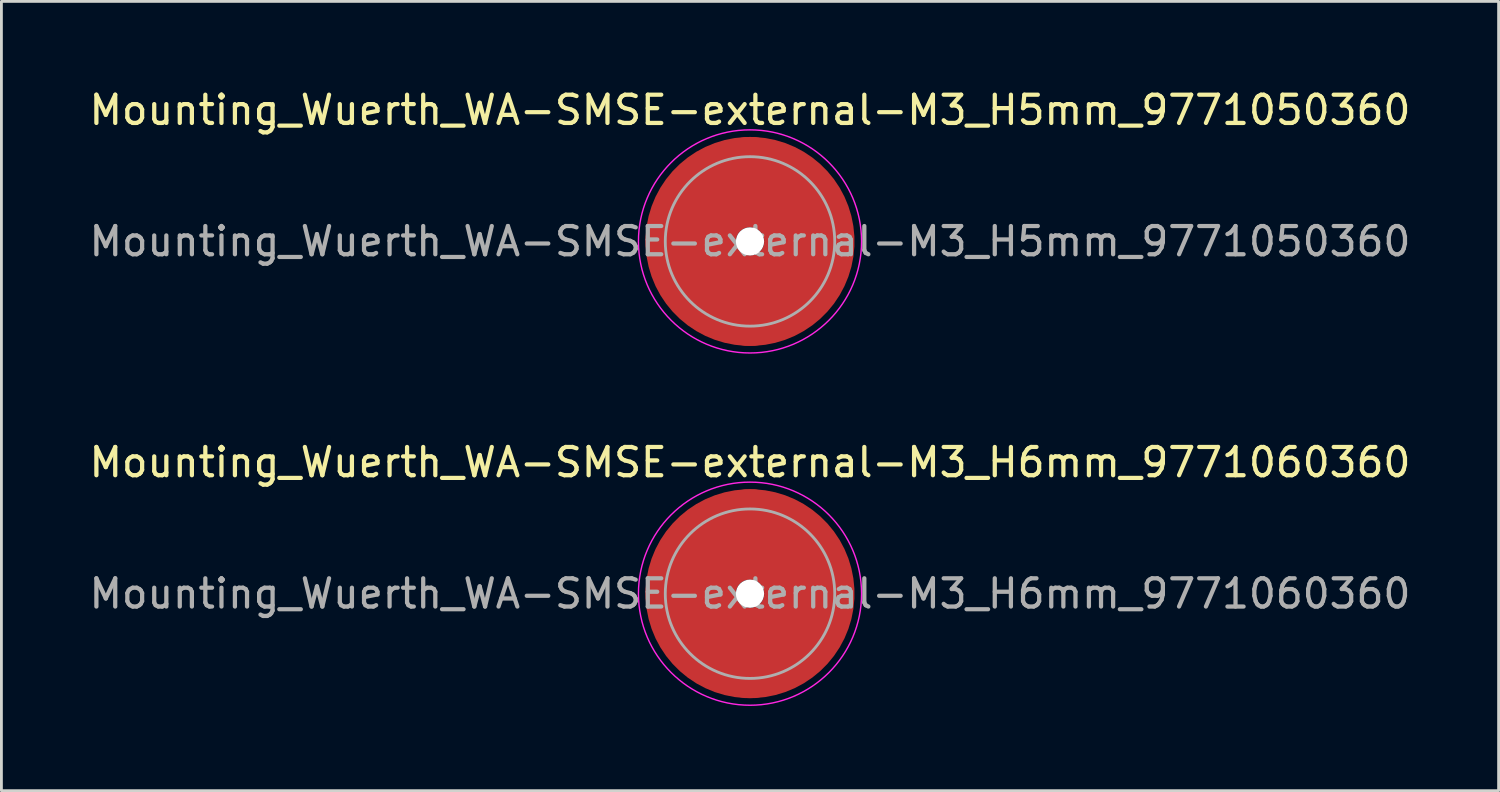
<source format=kicad_pcb>
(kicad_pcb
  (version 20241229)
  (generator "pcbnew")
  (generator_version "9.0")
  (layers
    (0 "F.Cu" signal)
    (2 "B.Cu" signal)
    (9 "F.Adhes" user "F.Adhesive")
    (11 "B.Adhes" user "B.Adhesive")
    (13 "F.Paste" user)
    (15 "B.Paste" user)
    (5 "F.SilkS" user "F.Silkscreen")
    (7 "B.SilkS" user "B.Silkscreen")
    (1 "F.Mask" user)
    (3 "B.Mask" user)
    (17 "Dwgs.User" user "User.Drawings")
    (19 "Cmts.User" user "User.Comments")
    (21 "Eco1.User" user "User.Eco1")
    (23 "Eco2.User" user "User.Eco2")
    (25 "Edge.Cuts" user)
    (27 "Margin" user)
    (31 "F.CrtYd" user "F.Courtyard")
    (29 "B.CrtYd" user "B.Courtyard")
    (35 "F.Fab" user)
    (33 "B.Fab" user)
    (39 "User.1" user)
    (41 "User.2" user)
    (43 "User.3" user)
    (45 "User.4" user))
  (footprint "Mounting_Wuerth_WA-SMSE-external-M3_H5mm_9771050360"
    (layer "F.Cu")
    (at 23.506 5.498)
    (property "Reference" "Mounting_Wuerth_WA-SMSE-external-M3_H5mm_9771050360" (at 0 -4.65 0) (layer "F.SilkS") (effects (font (size 1 1) (thickness 0.15))))
    (attr smd)
    (fp_circle (center 0 0) (end 3.95 0) (stroke (width 0.05) (type solid)) (fill no) (layer "F.CrtYd"))
    (fp_circle (center 0 0) (end 3 0) (stroke (width 0.1) (type solid)) (fill no) (layer "F.Fab"))
    (fp_text user "${REFERENCE}" (at 0 0 0) (layer "F.Fab") (effects (font (size 1 1) (thickness 0.15))))
    (pad "" smd custom (at 0 -2.1) (size 3 3) (layers "F.Paste") (options (anchor circle)) (primitives (gr_arc (start -0.305123 1.47) (mid 0 1.4) (end 0.305123 1.47) (width 0.2)) (gr_arc (start -0.493052 1.47) (mid 0 1.3) (end 0.493052 1.47) (width 0.2)) (gr_arc (start -0.642729 1.47) (mid 0 1.2) (end 0.642729 1.47) (width 0.2)) (gr_arc (start -0.776595 1.47) (mid 0 1.1) (end 0.776595 1.47) (width 0.2)) (gr_arc (start -0.901721 1.47) (mid 0 1) (end 0.901721 1.47) (width 0.2)) (gr_arc (start -1.021323 1.47) (mid 0 0.9) (end 1.021323 1.47) (width 0.2)) (gr_arc (start -1.137146 1.47) (mid 0 0.8) (end 1.137146 1.47) (width 0.2)) (gr_arc (start -1.25024 1.47) (mid 0 0.7) (end 1.25024 1.47) (width 0.2)) (gr_arc (start -1.361286 1.47) (mid 0 0.6) (end 1.361286 1.47) (width 0.2)) (gr_arc (start -1.470748 1.47) (mid 0 0.5) (end 1.470748 1.47) (width 0.2)) (gr_arc (start -1.578955 1.47) (mid 0 0.4) (end 1.578955 1.47) (width 0.2)) (gr_arc (start -1.686149 1.47) (mid 0 0.3) (end 1.686149 1.47) (width 0.2)) (gr_arc (start -1.792512 1.47) (mid 0 0.2) (end 1.792512 1.47) (width 0.2)) (gr_arc (start -1.898183 1.47) (mid 0 0.1) (end 1.898183 1.47) (width 0.2)) (gr_arc (start -2.003272 1.47) (mid 0 0) (end 2.003272 1.47) (width 0.2)) (gr_arc (start -2.107866 1.47) (mid 0 -0.1) (end 2.107866 1.47) (width 0.2)) (gr_arc (start -2.212035 1.47) (mid 0 -0.2) (end 2.212035 1.47) (width 0.2)) (gr_arc (start -2.315837 1.47) (mid 0 -0.3) (end 2.315837 1.47) (width 0.2)) (gr_arc (start -2.419318 1.47) (mid 0 -0.4) (end 2.419318 1.47) (width 0.2)) (gr_arc (start -2.522519 1.47) (mid 0 -0.5) (end 2.522519 1.47) (width 0.2)) (gr_arc (start -2.625471 1.47) (mid 0 -0.6) (end 2.625471 1.47) (width 0.2)) (gr_arc (start -2.728205 1.47) (mid 0 -0.7) (end 2.728205 1.47) (width 0.2)) (gr_arc (start -2.830742 1.47) (mid 0 -0.8) (end 2.830742 1.47) (width 0.2)) (gr_arc (start -2.933104 1.47) (mid 0 -0.9) (end 2.933104 1.47) (width 0.2)) (gr_arc (start -3.035309 1.47) (mid 0 -1) (end 3.035309 1.47) (width 0.2)) (gr_arc (start -3.137372 1.47) (mid 0 -1.1) (end 3.137372 1.47) (width 0.2)) (gr_arc (start -3.239305 1.47) (mid 0 -1.2) (end 3.239305 1.47) (width 0.2)) (gr_arc (start -3.341123 1.47) (mid 0 -1.3) (end 3.341123 1.47) (width 0.2)) (gr_arc (start -3.442833 1.47) (mid 0 -1.4) (end 3.442833 1.47) (width 0.2)) (gr_line (start 0.305 1.47) (end 3.443 1.47) (width 0.2)) (gr_line (start -0.305 1.47) (end -3.443 1.47) (width 0.2))))
    (pad "" np_thru_hole circle (at 0 0) (size 1 1) (drill 1) (layers "*.Cu" "*.Mask"))
    (pad "" smd custom (at 0 2.1) (size 3 3) (layers "F.Paste") (options (anchor circle)) (primitives (gr_arc (start 0.305123 -1.47) (mid 0 -1.4) (end -0.305123 -1.47) (width 0.2)) (gr_arc (start 0.493052 -1.47) (mid 0 -1.3) (end -0.493052 -1.47) (width 0.2)) (gr_arc (start 0.642729 -1.47) (mid 0 -1.2) (end -0.642729 -1.47) (width 0.2)) (gr_arc (start 0.776595 -1.47) (mid 0 -1.1) (end -0.776595 -1.47) (width 0.2)) (gr_arc (start 0.901721 -1.47) (mid 0 -1) (end -0.901721 -1.47) (width 0.2)) (gr_arc (start 1.021323 -1.47) (mid 0 -0.9) (end -1.021323 -1.47) (width 0.2)) (gr_arc (start 1.137146 -1.47) (mid 0 -0.8) (end -1.137146 -1.47) (width 0.2)) (gr_arc (start 1.25024 -1.47) (mid 0 -0.7) (end -1.25024 -1.47) (width 0.2)) (gr_arc (start 1.361286 -1.47) (mid 0 -0.6) (end -1.361286 -1.47) (width 0.2)) (gr_arc (start 1.470748 -1.47) (mid 0 -0.5) (end -1.470748 -1.47) (width 0.2)) (gr_arc (start 1.578955 -1.47) (mid 0 -0.4) (end -1.578955 -1.47) (width 0.2)) (gr_arc (start 1.686149 -1.47) (mid 0 -0.3) (end -1.686149 -1.47) (width 0.2)) (gr_arc (start 1.792512 -1.47) (mid 0 -0.2) (end -1.792512 -1.47) (width 0.2)) (gr_arc (start 1.898183 -1.47) (mid 0 -0.1) (end -1.898183 -1.47) (width 0.2)) (gr_arc (start 2.003272 -1.47) (mid 0 0) (end -2.003272 -1.47) (width 0.2)) (gr_arc (start 2.107866 -1.47) (mid 0 0.1) (end -2.107866 -1.47) (width 0.2)) (gr_arc (start 2.212035 -1.47) (mid 0 0.2) (end -2.212035 -1.47) (width 0.2)) (gr_arc (start 2.315837 -1.47) (mid 0 0.3) (end -2.315837 -1.47) (width 0.2)) (gr_arc (start 2.419318 -1.47) (mid 0 0.4) (end -2.419318 -1.47) (width 0.2)) (gr_arc (start 2.522519 -1.47) (mid 0 0.5) (end -2.522519 -1.47) (width 0.2)) (gr_arc (start 2.625471 -1.47) (mid 0 0.6) (end -2.625471 -1.47) (width 0.2)) (gr_arc (start 2.728205 -1.47) (mid 0 0.7) (end -2.728205 -1.47) (width 0.2)) (gr_arc (start 2.830742 -1.47) (mid 0 0.8) (end -2.830742 -1.47) (width 0.2)) (gr_arc (start 2.933104 -1.47) (mid 0 0.9) (end -2.933104 -1.47) (width 0.2)) (gr_arc (start 3.035309 -1.47) (mid 0 1) (end -3.035309 -1.47) (width 0.2)) (gr_arc (start 3.137372 -1.47) (mid 0 1.1) (end -3.137372 -1.47) (width 0.2)) (gr_arc (start 3.239305 -1.47) (mid 0 1.2) (end -3.239305 -1.47) (width 0.2)) (gr_arc (start 3.341123 -1.47) (mid 0 1.3) (end -3.341123 -1.47) (width 0.2)) (gr_arc (start 3.442833 -1.47) (mid 0 1.4) (end -3.442833 -1.47) (width 0.2)) (gr_line (start -0.305 -1.47) (end -3.443 -1.47) (width 0.2)) (gr_line (start 0.305 -1.47) (end 3.443 -1.47) (width 0.2))))
    (pad "1" smd circle (at -2.1 0) (size 3.2 3.2) (layers "F.Cu"))
    (pad "1" smd circle (at 0 -2.1) (size 3.2 3.2) (layers "F.Cu"))
    (pad "1" smd circle (at 0 2.1) (size 3.2 3.2) (layers "F.Cu"))
    (pad "1" smd custom (at 2.1 0) (size 3.2 3.2) (layers "F.Cu" "F.Mask") (options (anchor circle)) (primitives (gr_circle (center -2.1 0) (end 0 0) (width 3.2) (fill no)))))
  (footprint "Mounting_Wuerth_WA-SMSE-external-M3_H6mm_9771060360"
    (layer "F.Cu")
    (at 23.506 17.971)
    (property "Reference" "Mounting_Wuerth_WA-SMSE-external-M3_H6mm_9771060360" (at 0 -4.65 0) (layer "F.SilkS") (effects (font (size 1 1) (thickness 0.15))))
    (attr smd)
    (fp_circle (center 0 0) (end 3.95 0) (stroke (width 0.05) (type solid)) (fill no) (layer "F.CrtYd"))
    (fp_circle (center 0 0) (end 3 0) (stroke (width 0.1) (type solid)) (fill no) (layer "F.Fab"))
    (fp_text user "${REFERENCE}" (at 0 0 0) (layer "F.Fab") (effects (font (size 1 1) (thickness 0.15))))
    (pad "" smd custom (at 0 -2.1) (size 3 3) (layers "F.Paste") (options (anchor circle)) (primitives (gr_arc (start -0.305123 1.47) (mid 0 1.4) (end 0.305123 1.47) (width 0.2)) (gr_arc (start -0.493052 1.47) (mid 0 1.3) (end 0.493052 1.47) (width 0.2)) (gr_arc (start -0.642729 1.47) (mid 0 1.2) (end 0.642729 1.47) (width 0.2)) (gr_arc (start -0.776595 1.47) (mid 0 1.1) (end 0.776595 1.47) (width 0.2)) (gr_arc (start -0.901721 1.47) (mid 0 1) (end 0.901721 1.47) (width 0.2)) (gr_arc (start -1.021323 1.47) (mid 0 0.9) (end 1.021323 1.47) (width 0.2)) (gr_arc (start -1.137146 1.47) (mid 0 0.8) (end 1.137146 1.47) (width 0.2)) (gr_arc (start -1.25024 1.47) (mid 0 0.7) (end 1.25024 1.47) (width 0.2)) (gr_arc (start -1.361286 1.47) (mid 0 0.6) (end 1.361286 1.47) (width 0.2)) (gr_arc (start -1.470748 1.47) (mid 0 0.5) (end 1.470748 1.47) (width 0.2)) (gr_arc (start -1.578955 1.47) (mid 0 0.4) (end 1.578955 1.47) (width 0.2)) (gr_arc (start -1.686149 1.47) (mid 0 0.3) (end 1.686149 1.47) (width 0.2)) (gr_arc (start -1.792512 1.47) (mid 0 0.2) (end 1.792512 1.47) (width 0.2)) (gr_arc (start -1.898183 1.47) (mid 0 0.1) (end 1.898183 1.47) (width 0.2)) (gr_arc (start -2.003272 1.47) (mid 0 0) (end 2.003272 1.47) (width 0.2)) (gr_arc (start -2.107866 1.47) (mid 0 -0.1) (end 2.107866 1.47) (width 0.2)) (gr_arc (start -2.212035 1.47) (mid 0 -0.2) (end 2.212035 1.47) (width 0.2)) (gr_arc (start -2.315837 1.47) (mid 0 -0.3) (end 2.315837 1.47) (width 0.2)) (gr_arc (start -2.419318 1.47) (mid 0 -0.4) (end 2.419318 1.47) (width 0.2)) (gr_arc (start -2.522519 1.47) (mid 0 -0.5) (end 2.522519 1.47) (width 0.2)) (gr_arc (start -2.625471 1.47) (mid 0 -0.6) (end 2.625471 1.47) (width 0.2)) (gr_arc (start -2.728205 1.47) (mid 0 -0.7) (end 2.728205 1.47) (width 0.2)) (gr_arc (start -2.830742 1.47) (mid 0 -0.8) (end 2.830742 1.47) (width 0.2)) (gr_arc (start -2.933104 1.47) (mid 0 -0.9) (end 2.933104 1.47) (width 0.2)) (gr_arc (start -3.035309 1.47) (mid 0 -1) (end 3.035309 1.47) (width 0.2)) (gr_arc (start -3.137372 1.47) (mid 0 -1.1) (end 3.137372 1.47) (width 0.2)) (gr_arc (start -3.239305 1.47) (mid 0 -1.2) (end 3.239305 1.47) (width 0.2)) (gr_arc (start -3.341123 1.47) (mid 0 -1.3) (end 3.341123 1.47) (width 0.2)) (gr_arc (start -3.442833 1.47) (mid 0 -1.4) (end 3.442833 1.47) (width 0.2)) (gr_line (start 0.305 1.47) (end 3.443 1.47) (width 0.2)) (gr_line (start -0.305 1.47) (end -3.443 1.47) (width 0.2))))
    (pad "" np_thru_hole circle (at 0 0) (size 1 1) (drill 1) (layers "*.Cu" "*.Mask"))
    (pad "" smd custom (at 0 2.1) (size 3 3) (layers "F.Paste") (options (anchor circle)) (primitives (gr_arc (start 0.305123 -1.47) (mid 0 -1.4) (end -0.305123 -1.47) (width 0.2)) (gr_arc (start 0.493052 -1.47) (mid 0 -1.3) (end -0.493052 -1.47) (width 0.2)) (gr_arc (start 0.642729 -1.47) (mid 0 -1.2) (end -0.642729 -1.47) (width 0.2)) (gr_arc (start 0.776595 -1.47) (mid 0 -1.1) (end -0.776595 -1.47) (width 0.2)) (gr_arc (start 0.901721 -1.47) (mid 0 -1) (end -0.901721 -1.47) (width 0.2)) (gr_arc (start 1.021323 -1.47) (mid 0 -0.9) (end -1.021323 -1.47) (width 0.2)) (gr_arc (start 1.137146 -1.47) (mid 0 -0.8) (end -1.137146 -1.47) (width 0.2)) (gr_arc (start 1.25024 -1.47) (mid 0 -0.7) (end -1.25024 -1.47) (width 0.2)) (gr_arc (start 1.361286 -1.47) (mid 0 -0.6) (end -1.361286 -1.47) (width 0.2)) (gr_arc (start 1.470748 -1.47) (mid 0 -0.5) (end -1.470748 -1.47) (width 0.2)) (gr_arc (start 1.578955 -1.47) (mid 0 -0.4) (end -1.578955 -1.47) (width 0.2)) (gr_arc (start 1.686149 -1.47) (mid 0 -0.3) (end -1.686149 -1.47) (width 0.2)) (gr_arc (start 1.792512 -1.47) (mid 0 -0.2) (end -1.792512 -1.47) (width 0.2)) (gr_arc (start 1.898183 -1.47) (mid 0 -0.1) (end -1.898183 -1.47) (width 0.2)) (gr_arc (start 2.003272 -1.47) (mid 0 0) (end -2.003272 -1.47) (width 0.2)) (gr_arc (start 2.107866 -1.47) (mid 0 0.1) (end -2.107866 -1.47) (width 0.2)) (gr_arc (start 2.212035 -1.47) (mid 0 0.2) (end -2.212035 -1.47) (width 0.2)) (gr_arc (start 2.315837 -1.47) (mid 0 0.3) (end -2.315837 -1.47) (width 0.2)) (gr_arc (start 2.419318 -1.47) (mid 0 0.4) (end -2.419318 -1.47) (width 0.2)) (gr_arc (start 2.522519 -1.47) (mid 0 0.5) (end -2.522519 -1.47) (width 0.2)) (gr_arc (start 2.625471 -1.47) (mid 0 0.6) (end -2.625471 -1.47) (width 0.2)) (gr_arc (start 2.728205 -1.47) (mid 0 0.7) (end -2.728205 -1.47) (width 0.2)) (gr_arc (start 2.830742 -1.47) (mid 0 0.8) (end -2.830742 -1.47) (width 0.2)) (gr_arc (start 2.933104 -1.47) (mid 0 0.9) (end -2.933104 -1.47) (width 0.2)) (gr_arc (start 3.035309 -1.47) (mid 0 1) (end -3.035309 -1.47) (width 0.2)) (gr_arc (start 3.137372 -1.47) (mid 0 1.1) (end -3.137372 -1.47) (width 0.2)) (gr_arc (start 3.239305 -1.47) (mid 0 1.2) (end -3.239305 -1.47) (width 0.2)) (gr_arc (start 3.341123 -1.47) (mid 0 1.3) (end -3.341123 -1.47) (width 0.2)) (gr_arc (start 3.442833 -1.47) (mid 0 1.4) (end -3.442833 -1.47) (width 0.2)) (gr_line (start -0.305 -1.47) (end -3.443 -1.47) (width 0.2)) (gr_line (start 0.305 -1.47) (end 3.443 -1.47) (width 0.2))))
    (pad "1" smd circle (at -2.1 0) (size 3.2 3.2) (layers "F.Cu"))
    (pad "1" smd circle (at 0 -2.1) (size 3.2 3.2) (layers "F.Cu"))
    (pad "1" smd circle (at 0 2.1) (size 3.2 3.2) (layers "F.Cu"))
    (pad "1" smd custom (at 2.1 0) (size 3.2 3.2) (layers "F.Cu" "F.Mask") (options (anchor circle)) (primitives (gr_circle (center -2.1 0) (end 0 0) (width 3.2) (fill no)))))
  (gr_rect
    (start -3 -3)
    (end 50.012 24.947)
    (stroke (width 0.1) (type default))
    (fill no)
    (layer "Edge.Cuts")))
</source>
